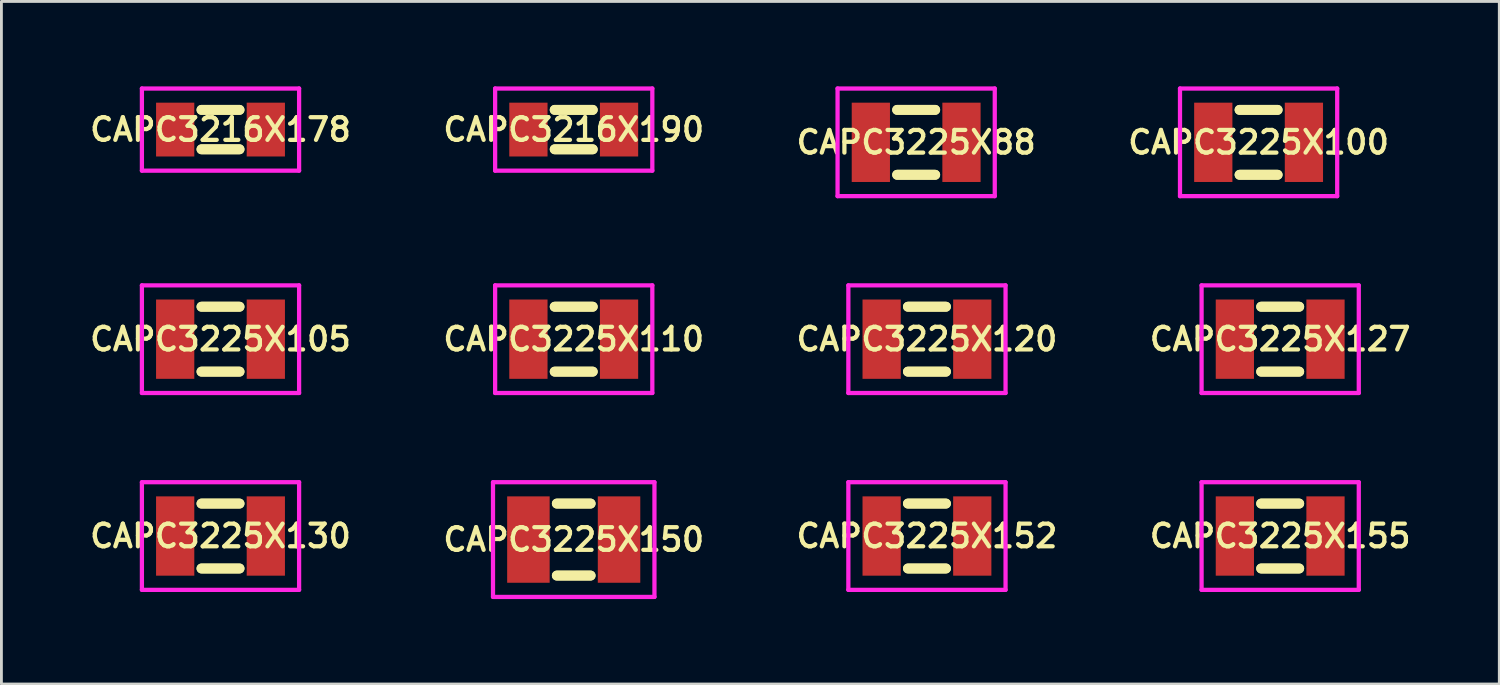
<source format=kicad_pcb>
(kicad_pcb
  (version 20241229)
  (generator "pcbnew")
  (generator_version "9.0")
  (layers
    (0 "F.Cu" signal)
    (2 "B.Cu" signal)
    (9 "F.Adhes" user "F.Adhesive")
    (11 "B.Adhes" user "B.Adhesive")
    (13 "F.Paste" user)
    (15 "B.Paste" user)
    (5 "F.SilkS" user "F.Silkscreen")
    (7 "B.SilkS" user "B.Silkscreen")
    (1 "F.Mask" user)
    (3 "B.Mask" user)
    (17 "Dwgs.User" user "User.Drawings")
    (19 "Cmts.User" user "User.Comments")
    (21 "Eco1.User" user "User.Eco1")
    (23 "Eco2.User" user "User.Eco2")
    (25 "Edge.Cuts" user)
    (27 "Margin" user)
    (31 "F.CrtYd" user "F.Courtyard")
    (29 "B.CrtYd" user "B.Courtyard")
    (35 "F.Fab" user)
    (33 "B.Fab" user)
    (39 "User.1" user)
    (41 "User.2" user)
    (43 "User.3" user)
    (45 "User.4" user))
  (footprint "CAPC3225X150"
    (layer "F.Cu")
    (at 17.206 16)
    (property "Reference" "CAPC3225X150" (at 0 0 0) (layer "F.SilkS") (effects (font (size 0.8 0.8) (thickness 0.15))))
    (attr smd)
    (fp_line (start -0.596 -1.271) (end 0.596 -1.271) (stroke (width 0.35) (type solid)) (layer "F.SilkS"))
    (fp_line (start -0.596 1.271) (end 0.596 1.271) (stroke (width 0.35) (type solid)) (layer "F.SilkS"))
    (fp_line (start 0.596 -1.271) (end -0.596 -1.271) (stroke (width 0.35) (type solid)) (layer "F.SilkS"))
    (fp_line (start 0.596 1.271) (end -0.596 1.271) (stroke (width 0.35) (type solid)) (layer "F.SilkS"))
    (fp_line (start -2.85 -2.025) (end 2.85 -2.025) (stroke (width 0.15) (type solid)) (layer "F.CrtYd"))
    (fp_line (start -2.85 2.025) (end -2.85 -2.025) (stroke (width 0.15) (type solid)) (layer "F.CrtYd"))
    (fp_line (start 2.85 -2.025) (end 2.85 2.025) (stroke (width 0.15) (type solid)) (layer "F.CrtYd"))
    (fp_line (start 2.85 2.025) (end -2.85 2.025) (stroke (width 0.15) (type solid)) (layer "F.CrtYd"))
    (pad "1" smd rect (at -1.6 0) (size 1.5 3.05) (layers "F.Cu" "F.Mask" "F.Paste"))
    (pad "2" smd rect (at 1.6 0) (size 1.5 3.05) (layers "F.Cu" "F.Mask" "F.Paste")))
  (footprint "CAPC3225X110"
    (layer "F.Cu")
    (at 17.206 8.925)
    (property "Reference" "CAPC3225X110" (at 0 0 0) (layer "F.SilkS") (effects (font (size 0.8 0.8) (thickness 0.15))))
    (attr smd)
    (fp_line (start -0.671 -1.146) (end 0.671 -1.146) (stroke (width 0.35) (type solid)) (layer "F.SilkS"))
    (fp_line (start -0.671 1.146) (end 0.671 1.146) (stroke (width 0.35) (type solid)) (layer "F.SilkS"))
    (fp_line (start 0.671 -1.146) (end -0.671 -1.146) (stroke (width 0.35) (type solid)) (layer "F.SilkS"))
    (fp_line (start 0.671 1.146) (end -0.671 1.146) (stroke (width 0.35) (type solid)) (layer "F.SilkS"))
    (fp_line (start -2.775 -1.9) (end 2.775 -1.9) (stroke (width 0.15) (type solid)) (layer "F.CrtYd"))
    (fp_line (start -2.775 1.9) (end -2.775 -1.9) (stroke (width 0.15) (type solid)) (layer "F.CrtYd"))
    (fp_line (start 2.775 -1.9) (end 2.775 1.9) (stroke (width 0.15) (type solid)) (layer "F.CrtYd"))
    (fp_line (start 2.775 1.9) (end -2.775 1.9) (stroke (width 0.15) (type solid)) (layer "F.CrtYd"))
    (pad "1" smd rect (at -1.6 0) (size 1.35 2.8) (layers "F.Cu" "F.Mask" "F.Paste"))
    (pad "2" smd rect (at 1.6 0) (size 1.35 2.8) (layers "F.Cu" "F.Mask" "F.Paste")))
  (footprint "CAPC3225X100"
    (layer "F.Cu")
    (at 41.386 1.975)
    (property "Reference" "CAPC3225X100" (at 0 0 0) (layer "F.SilkS") (effects (font (size 0.8 0.8) (thickness 0.15))))
    (attr smd)
    (fp_line (start -0.671 -1.146) (end 0.671 -1.146) (stroke (width 0.35) (type solid)) (layer "F.SilkS"))
    (fp_line (start -0.671 1.146) (end 0.671 1.146) (stroke (width 0.35) (type solid)) (layer "F.SilkS"))
    (fp_line (start 0.671 -1.146) (end -0.671 -1.146) (stroke (width 0.35) (type solid)) (layer "F.SilkS"))
    (fp_line (start 0.671 1.146) (end -0.671 1.146) (stroke (width 0.35) (type solid)) (layer "F.SilkS"))
    (fp_line (start -2.775 -1.9) (end 2.775 -1.9) (stroke (width 0.15) (type solid)) (layer "F.CrtYd"))
    (fp_line (start -2.775 1.9) (end -2.775 -1.9) (stroke (width 0.15) (type solid)) (layer "F.CrtYd"))
    (fp_line (start 2.775 -1.9) (end 2.775 1.9) (stroke (width 0.15) (type solid)) (layer "F.CrtYd"))
    (fp_line (start 2.775 1.9) (end -2.775 1.9) (stroke (width 0.15) (type solid)) (layer "F.CrtYd"))
    (pad "1" smd rect (at -1.6 0) (size 1.35 2.8) (layers "F.Cu" "F.Mask" "F.Paste"))
    (pad "2" smd rect (at 1.6 0) (size 1.35 2.8) (layers "F.Cu" "F.Mask" "F.Paste")))
  (footprint "CAPC3225X120"
    (layer "F.Cu")
    (at 29.677 8.925)
    (property "Reference" "CAPC3225X120" (at 0 0 0) (layer "F.SilkS") (effects (font (size 0.8 0.8) (thickness 0.15))))
    (attr smd)
    (fp_line (start -0.671 -1.146) (end 0.671 -1.146) (stroke (width 0.35) (type solid)) (layer "F.SilkS"))
    (fp_line (start -0.671 1.146) (end 0.671 1.146) (stroke (width 0.35) (type solid)) (layer "F.SilkS"))
    (fp_line (start 0.671 -1.146) (end -0.671 -1.146) (stroke (width 0.35) (type solid)) (layer "F.SilkS"))
    (fp_line (start 0.671 1.146) (end -0.671 1.146) (stroke (width 0.35) (type solid)) (layer "F.SilkS"))
    (fp_line (start -2.775 -1.9) (end 2.775 -1.9) (stroke (width 0.15) (type solid)) (layer "F.CrtYd"))
    (fp_line (start -2.775 1.9) (end -2.775 -1.9) (stroke (width 0.15) (type solid)) (layer "F.CrtYd"))
    (fp_line (start 2.775 -1.9) (end 2.775 1.9) (stroke (width 0.15) (type solid)) (layer "F.CrtYd"))
    (fp_line (start 2.775 1.9) (end -2.775 1.9) (stroke (width 0.15) (type solid)) (layer "F.CrtYd"))
    (pad "1" smd rect (at -1.6 0) (size 1.35 2.8) (layers "F.Cu" "F.Mask" "F.Paste"))
    (pad "2" smd rect (at 1.6 0) (size 1.35 2.8) (layers "F.Cu" "F.Mask" "F.Paste")))
  (footprint "CAPC3225X88"
    (layer "F.Cu")
    (at 29.296 1.975)
    (property "Reference" "CAPC3225X88" (at 0 0 0) (layer "F.SilkS") (effects (font (size 0.8 0.8) (thickness 0.15))))
    (attr smd)
    (fp_line (start -0.671 -1.146) (end 0.671 -1.146) (stroke (width 0.35) (type solid)) (layer "F.SilkS"))
    (fp_line (start -0.671 1.146) (end 0.671 1.146) (stroke (width 0.35) (type solid)) (layer "F.SilkS"))
    (fp_line (start 0.671 -1.146) (end -0.671 -1.146) (stroke (width 0.35) (type solid)) (layer "F.SilkS"))
    (fp_line (start 0.671 1.146) (end -0.671 1.146) (stroke (width 0.35) (type solid)) (layer "F.SilkS"))
    (fp_line (start -2.775 -1.9) (end 2.775 -1.9) (stroke (width 0.15) (type solid)) (layer "F.CrtYd"))
    (fp_line (start -2.775 1.9) (end -2.775 -1.9) (stroke (width 0.15) (type solid)) (layer "F.CrtYd"))
    (fp_line (start 2.775 -1.9) (end 2.775 1.9) (stroke (width 0.15) (type solid)) (layer "F.CrtYd"))
    (fp_line (start 2.775 1.9) (end -2.775 1.9) (stroke (width 0.15) (type solid)) (layer "F.CrtYd"))
    (pad "1" smd rect (at -1.6 0) (size 1.35 2.8) (layers "F.Cu" "F.Mask" "F.Paste"))
    (pad "2" smd rect (at 1.6 0) (size 1.35 2.8) (layers "F.Cu" "F.Mask" "F.Paste")))
  (footprint "CAPC3225X105"
    (layer "F.Cu")
    (at 4.735 8.925)
    (property "Reference" "CAPC3225X105" (at 0 0 0) (layer "F.SilkS") (effects (font (size 0.8 0.8) (thickness 0.15))))
    (attr smd)
    (fp_line (start -0.671 -1.146) (end 0.671 -1.146) (stroke (width 0.35) (type solid)) (layer "F.SilkS"))
    (fp_line (start -0.671 1.146) (end 0.671 1.146) (stroke (width 0.35) (type solid)) (layer "F.SilkS"))
    (fp_line (start 0.671 -1.146) (end -0.671 -1.146) (stroke (width 0.35) (type solid)) (layer "F.SilkS"))
    (fp_line (start 0.671 1.146) (end -0.671 1.146) (stroke (width 0.35) (type solid)) (layer "F.SilkS"))
    (fp_line (start -2.775 -1.9) (end 2.775 -1.9) (stroke (width 0.15) (type solid)) (layer "F.CrtYd"))
    (fp_line (start -2.775 1.9) (end -2.775 -1.9) (stroke (width 0.15) (type solid)) (layer "F.CrtYd"))
    (fp_line (start 2.775 -1.9) (end 2.775 1.9) (stroke (width 0.15) (type solid)) (layer "F.CrtYd"))
    (fp_line (start 2.775 1.9) (end -2.775 1.9) (stroke (width 0.15) (type solid)) (layer "F.CrtYd"))
    (pad "1" smd rect (at -1.6 0) (size 1.35 2.8) (layers "F.Cu" "F.Mask" "F.Paste"))
    (pad "2" smd rect (at 1.6 0) (size 1.35 2.8) (layers "F.Cu" "F.Mask" "F.Paste")))
  (footprint "CAPC3225X130"
    (layer "F.Cu")
    (at 4.735 15.875)
    (property "Reference" "CAPC3225X130" (at 0 0 0) (layer "F.SilkS") (effects (font (size 0.8 0.8) (thickness 0.15))))
    (attr smd)
    (fp_line (start -0.671 -1.146) (end 0.671 -1.146) (stroke (width 0.35) (type solid)) (layer "F.SilkS"))
    (fp_line (start -0.671 1.146) (end 0.671 1.146) (stroke (width 0.35) (type solid)) (layer "F.SilkS"))
    (fp_line (start 0.671 -1.146) (end -0.671 -1.146) (stroke (width 0.35) (type solid)) (layer "F.SilkS"))
    (fp_line (start 0.671 1.146) (end -0.671 1.146) (stroke (width 0.35) (type solid)) (layer "F.SilkS"))
    (fp_line (start -2.775 -1.9) (end 2.775 -1.9) (stroke (width 0.15) (type solid)) (layer "F.CrtYd"))
    (fp_line (start -2.775 1.9) (end -2.775 -1.9) (stroke (width 0.15) (type solid)) (layer "F.CrtYd"))
    (fp_line (start 2.775 -1.9) (end 2.775 1.9) (stroke (width 0.15) (type solid)) (layer "F.CrtYd"))
    (fp_line (start 2.775 1.9) (end -2.775 1.9) (stroke (width 0.15) (type solid)) (layer "F.CrtYd"))
    (pad "1" smd rect (at -1.6 0) (size 1.35 2.8) (layers "F.Cu" "F.Mask" "F.Paste"))
    (pad "2" smd rect (at 1.6 0) (size 1.35 2.8) (layers "F.Cu" "F.Mask" "F.Paste")))
  (footprint "CAPC3216X190"
    (layer "F.Cu")
    (at 17.206 1.525)
    (property "Reference" "CAPC3216X190" (at 0 0 0) (layer "F.SilkS") (effects (font (size 0.8 0.8) (thickness 0.15))))
    (attr smd)
    (fp_line (start -0.671 -0.696) (end 0.671 -0.696) (stroke (width 0.35) (type solid)) (layer "F.SilkS"))
    (fp_line (start -0.671 0.696) (end 0.671 0.696) (stroke (width 0.35) (type solid)) (layer "F.SilkS"))
    (fp_line (start 0.671 -0.696) (end -0.671 -0.696) (stroke (width 0.35) (type solid)) (layer "F.SilkS"))
    (fp_line (start 0.671 0.696) (end -0.671 0.696) (stroke (width 0.35) (type solid)) (layer "F.SilkS"))
    (fp_line (start -2.775 -1.45) (end 2.775 -1.45) (stroke (width 0.15) (type solid)) (layer "F.CrtYd"))
    (fp_line (start -2.775 1.45) (end -2.775 -1.45) (stroke (width 0.15) (type solid)) (layer "F.CrtYd"))
    (fp_line (start 2.775 -1.45) (end 2.775 1.45) (stroke (width 0.15) (type solid)) (layer "F.CrtYd"))
    (fp_line (start 2.775 1.45) (end -2.775 1.45) (stroke (width 0.15) (type solid)) (layer "F.CrtYd"))
    (pad "1" smd rect (at -1.6 0) (size 1.35 1.9) (layers "F.Cu" "F.Mask" "F.Paste"))
    (pad "2" smd rect (at 1.6 0) (size 1.35 1.9) (layers "F.Cu" "F.Mask" "F.Paste")))
  (footprint "CAPC3216X178"
    (layer "F.Cu")
    (at 4.735 1.525)
    (property "Reference" "CAPC3216X178" (at 0 0 0) (layer "F.SilkS") (effects (font (size 0.8 0.8) (thickness 0.15))))
    (attr smd)
    (fp_line (start -0.671 -0.696) (end 0.671 -0.696) (stroke (width 0.35) (type solid)) (layer "F.SilkS"))
    (fp_line (start -0.671 0.696) (end 0.671 0.696) (stroke (width 0.35) (type solid)) (layer "F.SilkS"))
    (fp_line (start 0.671 -0.696) (end -0.671 -0.696) (stroke (width 0.35) (type solid)) (layer "F.SilkS"))
    (fp_line (start 0.671 0.696) (end -0.671 0.696) (stroke (width 0.35) (type solid)) (layer "F.SilkS"))
    (fp_line (start -2.775 -1.45) (end 2.775 -1.45) (stroke (width 0.15) (type solid)) (layer "F.CrtYd"))
    (fp_line (start -2.775 1.45) (end -2.775 -1.45) (stroke (width 0.15) (type solid)) (layer "F.CrtYd"))
    (fp_line (start 2.775 -1.45) (end 2.775 1.45) (stroke (width 0.15) (type solid)) (layer "F.CrtYd"))
    (fp_line (start 2.775 1.45) (end -2.775 1.45) (stroke (width 0.15) (type solid)) (layer "F.CrtYd"))
    (pad "1" smd rect (at -1.6 0) (size 1.35 1.9) (layers "F.Cu" "F.Mask" "F.Paste"))
    (pad "2" smd rect (at 1.6 0) (size 1.35 1.9) (layers "F.Cu" "F.Mask" "F.Paste")))
  (footprint "CAPC3225X152"
    (layer "F.Cu")
    (at 29.677 15.875)
    (property "Reference" "CAPC3225X152" (at 0 0 0) (layer "F.SilkS") (effects (font (size 0.8 0.8) (thickness 0.15))))
    (attr smd)
    (fp_line (start -0.671 -1.146) (end 0.671 -1.146) (stroke (width 0.35) (type solid)) (layer "F.SilkS"))
    (fp_line (start -0.671 1.146) (end 0.671 1.146) (stroke (width 0.35) (type solid)) (layer "F.SilkS"))
    (fp_line (start 0.671 -1.146) (end -0.671 -1.146) (stroke (width 0.35) (type solid)) (layer "F.SilkS"))
    (fp_line (start 0.671 1.146) (end -0.671 1.146) (stroke (width 0.35) (type solid)) (layer "F.SilkS"))
    (fp_line (start -2.775 -1.9) (end 2.775 -1.9) (stroke (width 0.15) (type solid)) (layer "F.CrtYd"))
    (fp_line (start -2.775 1.9) (end -2.775 -1.9) (stroke (width 0.15) (type solid)) (layer "F.CrtYd"))
    (fp_line (start 2.775 -1.9) (end 2.775 1.9) (stroke (width 0.15) (type solid)) (layer "F.CrtYd"))
    (fp_line (start 2.775 1.9) (end -2.775 1.9) (stroke (width 0.15) (type solid)) (layer "F.CrtYd"))
    (pad "1" smd rect (at -1.6 0) (size 1.35 2.8) (layers "F.Cu" "F.Mask" "F.Paste"))
    (pad "2" smd rect (at 1.6 0) (size 1.35 2.8) (layers "F.Cu" "F.Mask" "F.Paste")))
  (footprint "CAPC3225X155"
    (layer "F.Cu")
    (at 42.148 15.875)
    (property "Reference" "CAPC3225X155" (at 0 0 0) (layer "F.SilkS") (effects (font (size 0.8 0.8) (thickness 0.15))))
    (attr smd)
    (fp_line (start -0.671 -1.146) (end 0.671 -1.146) (stroke (width 0.35) (type solid)) (layer "F.SilkS"))
    (fp_line (start -0.671 1.146) (end 0.671 1.146) (stroke (width 0.35) (type solid)) (layer "F.SilkS"))
    (fp_line (start 0.671 -1.146) (end -0.671 -1.146) (stroke (width 0.35) (type solid)) (layer "F.SilkS"))
    (fp_line (start 0.671 1.146) (end -0.671 1.146) (stroke (width 0.35) (type solid)) (layer "F.SilkS"))
    (fp_line (start -2.775 -1.9) (end 2.775 -1.9) (stroke (width 0.15) (type solid)) (layer "F.CrtYd"))
    (fp_line (start -2.775 1.9) (end -2.775 -1.9) (stroke (width 0.15) (type solid)) (layer "F.CrtYd"))
    (fp_line (start 2.775 -1.9) (end 2.775 1.9) (stroke (width 0.15) (type solid)) (layer "F.CrtYd"))
    (fp_line (start 2.775 1.9) (end -2.775 1.9) (stroke (width 0.15) (type solid)) (layer "F.CrtYd"))
    (pad "1" smd rect (at -1.6 0) (size 1.35 2.8) (layers "F.Cu" "F.Mask" "F.Paste"))
    (pad "2" smd rect (at 1.6 0) (size 1.35 2.8) (layers "F.Cu" "F.Mask" "F.Paste")))
  (footprint "CAPC3225X127"
    (layer "F.Cu")
    (at 42.148 8.925)
    (property "Reference" "CAPC3225X127" (at 0 0 0) (layer "F.SilkS") (effects (font (size 0.8 0.8) (thickness 0.15))))
    (attr smd)
    (fp_line (start -0.671 -1.146) (end 0.671 -1.146) (stroke (width 0.35) (type solid)) (layer "F.SilkS"))
    (fp_line (start -0.671 1.146) (end 0.671 1.146) (stroke (width 0.35) (type solid)) (layer "F.SilkS"))
    (fp_line (start 0.671 -1.146) (end -0.671 -1.146) (stroke (width 0.35) (type solid)) (layer "F.SilkS"))
    (fp_line (start 0.671 1.146) (end -0.671 1.146) (stroke (width 0.35) (type solid)) (layer "F.SilkS"))
    (fp_line (start -2.775 -1.9) (end 2.775 -1.9) (stroke (width 0.15) (type solid)) (layer "F.CrtYd"))
    (fp_line (start -2.775 1.9) (end -2.775 -1.9) (stroke (width 0.15) (type solid)) (layer "F.CrtYd"))
    (fp_line (start 2.775 -1.9) (end 2.775 1.9) (stroke (width 0.15) (type solid)) (layer "F.CrtYd"))
    (fp_line (start 2.775 1.9) (end -2.775 1.9) (stroke (width 0.15) (type solid)) (layer "F.CrtYd"))
    (pad "1" smd rect (at -1.6 0) (size 1.35 2.8) (layers "F.Cu" "F.Mask" "F.Paste"))
    (pad "2" smd rect (at 1.6 0) (size 1.35 2.8) (layers "F.Cu" "F.Mask" "F.Paste")))
  (gr_rect
    (start -3 -3)
    (end 49.884 21.1)
    (stroke (width 0.1) (type default))
    (fill no)
    (layer "Edge.Cuts")))
</source>
